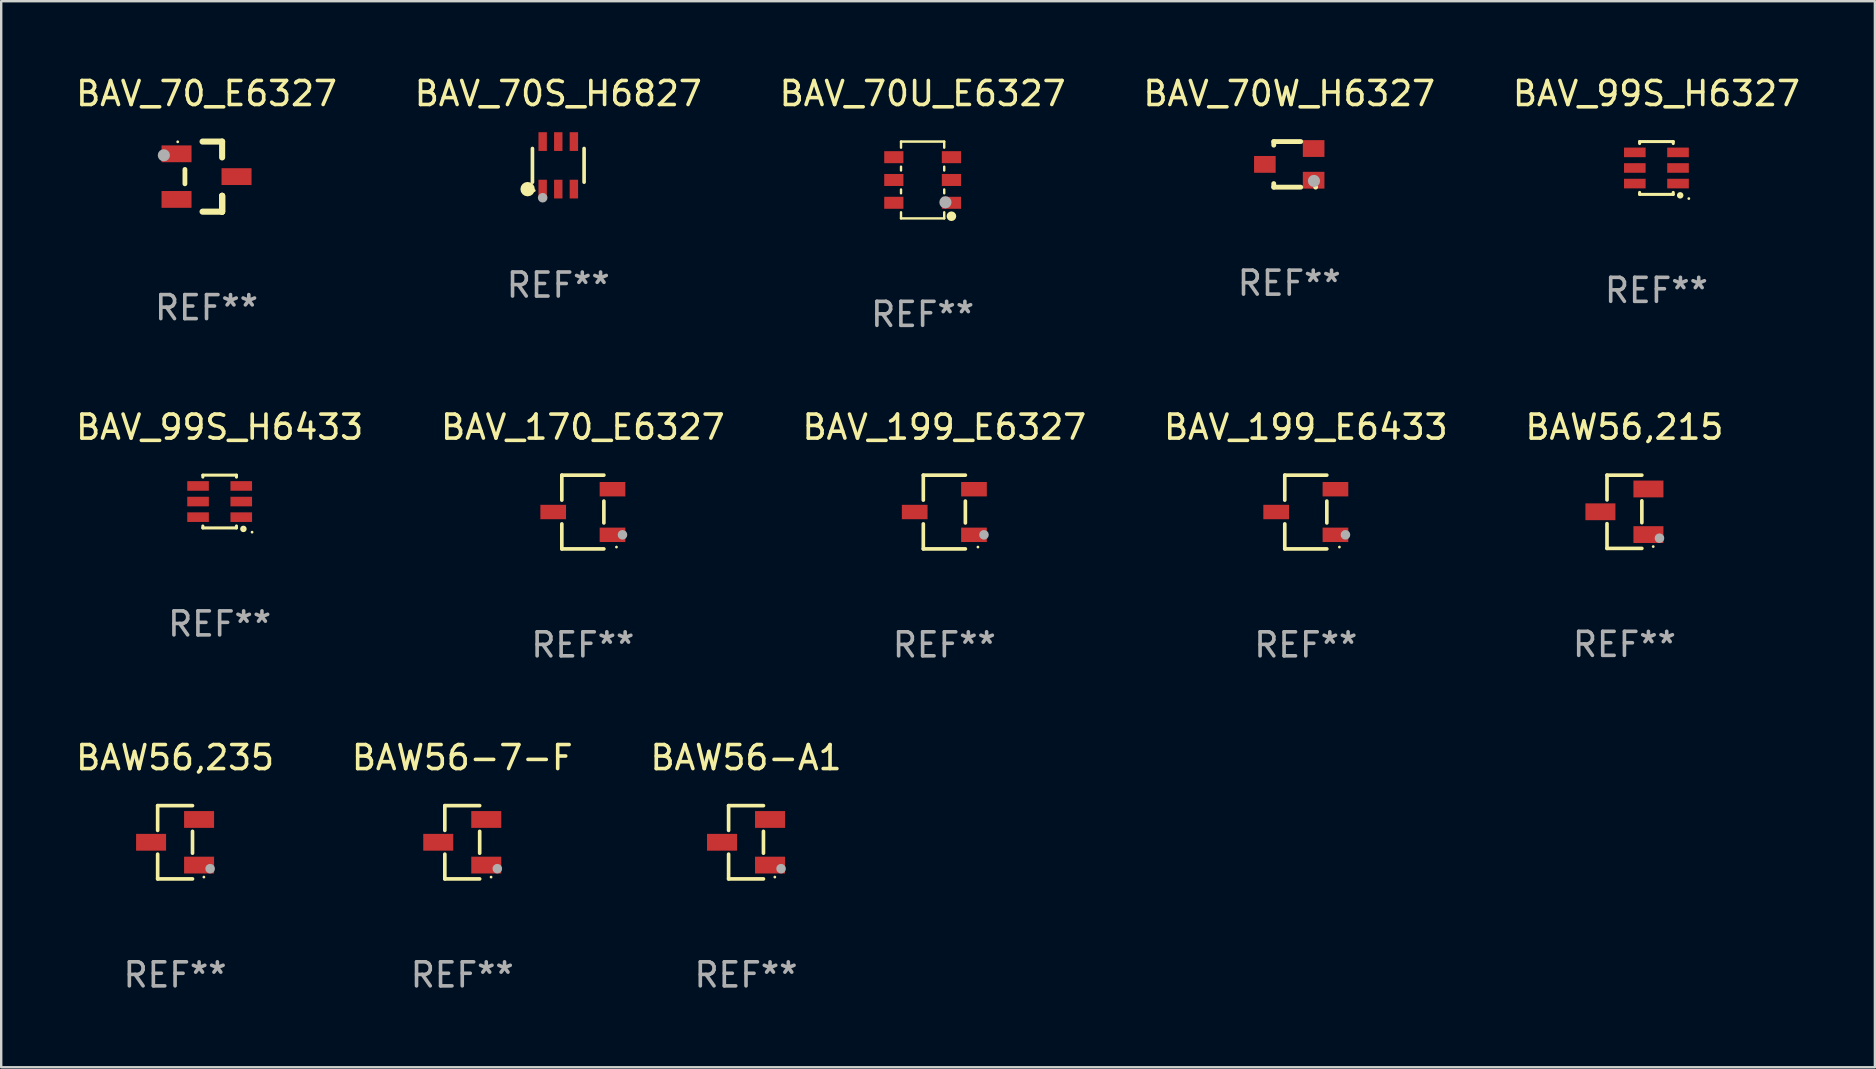
<source format=kicad_pcb>
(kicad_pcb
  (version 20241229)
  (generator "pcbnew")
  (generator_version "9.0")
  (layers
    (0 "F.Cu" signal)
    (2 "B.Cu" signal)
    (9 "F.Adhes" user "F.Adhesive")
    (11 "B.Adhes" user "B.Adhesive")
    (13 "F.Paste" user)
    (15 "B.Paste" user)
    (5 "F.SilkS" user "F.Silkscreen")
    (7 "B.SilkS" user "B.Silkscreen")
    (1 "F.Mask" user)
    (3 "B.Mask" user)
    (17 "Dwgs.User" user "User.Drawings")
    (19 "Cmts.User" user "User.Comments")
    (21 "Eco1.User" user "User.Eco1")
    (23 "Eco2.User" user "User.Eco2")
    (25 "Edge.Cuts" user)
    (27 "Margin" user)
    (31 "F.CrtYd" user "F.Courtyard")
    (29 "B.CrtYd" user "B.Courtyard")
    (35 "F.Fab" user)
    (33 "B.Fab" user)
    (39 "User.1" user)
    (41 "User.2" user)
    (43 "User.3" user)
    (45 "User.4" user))
  (footprint "BAV_70W_H6327"
    (layer "F.Cu")
    (at 50.661 3.798)
    (property "Reference" "BAV_70W_H6327" (at 0 -2.95 0) (layer "F.SilkS") (effects (font (size 1 1) (thickness 0.15))))
    (attr through_hole)
    (fp_line (start -0.645 -0.95) (end 0.48 -0.95) (stroke (width 0.201) (type solid)) (layer "F.SilkS"))
    (fp_line (start -0.645 -0.8) (end -0.645 -0.95) (stroke (width 0.201) (type solid)) (layer "F.SilkS"))
    (fp_line (start -0.645 0.95) (end -0.645 0.8) (stroke (width 0.201) (type solid)) (layer "F.SilkS"))
    (fp_line (start 0.48 0.95) (end -0.645 0.95) (stroke (width 0.201) (type solid)) (layer "F.SilkS"))
    (fp_circle (center 1.1 0.95) (end 1.15 0.95) (stroke (width 0.1) (type solid)) (fill no) (layer "F.SilkS"))
    (fp_circle (center 1.03 0.69) (end 1.157 0.69) (stroke (width 0.254) (type solid)) (fill no) (layer "F.Fab"))
    (fp_text user "REF**" (at 0 4.95 0) (layer "F.Fab") (effects (font (size 1 1) (thickness 0.15))))
    (pad "1" smd rect (at 1.016 0.66 90) (size 0.7 0.9) (layers "F.Cu" "F.Mask" "F.Paste"))
    (pad "2" smd rect (at 1.016 -0.66 90) (size 0.7 0.9) (layers "F.Cu" "F.Mask" "F.Paste"))
    (pad "3" smd rect (at -1.016 0 90) (size 0.7 0.9) (layers "F.Cu" "F.Mask" "F.Paste")))
  (footprint "BAW56,215"
    (layer "F.Cu")
    (at 64.625 18.271)
    (property "Reference" "BAW56,215" (at 0 -3.526 0) (layer "F.SilkS") (effects (font (size 1 1) (thickness 0.15))))
    (attr through_hole)
    (fp_line (start -0.726 -1.526) (end -0.726 -0.495) (stroke (width 0.152) (type solid)) (layer "F.SilkS"))
    (fp_line (start -0.726 1.526) (end -0.726 0.495) (stroke (width 0.152) (type solid)) (layer "F.SilkS"))
    (fp_line (start 0.726 -1.526) (end -0.726 -1.526) (stroke (width 0.152) (type solid)) (layer "F.SilkS"))
    (fp_line (start 0.726 -0.455) (end 0.726 0.455) (stroke (width 0.152) (type solid)) (layer "F.SilkS"))
    (fp_line (start 0.726 1.526) (end -0.726 1.526) (stroke (width 0.152) (type solid)) (layer "F.SilkS"))
    (fp_circle (center 1.2 1.45) (end 1.23 1.45) (stroke (width 0.06) (type solid)) (fill no) (layer "F.SilkS"))
    (fp_circle (center 1.46 1.1) (end 1.56 1.1) (stroke (width 0.2) (type solid)) (fill no) (layer "F.Fab"))
    (fp_text user "REF**" (at 0 5.526 0) (layer "F.Fab") (effects (font (size 1 1) (thickness 0.15))))
    (pad "1" smd rect (at 1 0.95) (size 1.25 0.7) (layers "F.Cu" "F.Mask" "F.Paste"))
    (pad "2" smd rect (at 1 -0.95) (size 1.25 0.7) (layers "F.Cu" "F.Mask" "F.Paste"))
    (pad "3" smd rect (at -1 0) (size 1.25 0.7) (layers "F.Cu" "F.Mask" "F.Paste")))
  (footprint "BAV_199_E6327"
    (layer "F.Cu")
    (at 36.292 18.281)
    (property "Reference" "BAV_199_E6327" (at 0 -3.536 0) (layer "F.SilkS") (effects (font (size 1 1) (thickness 0.15))))
    (attr through_hole)
    (fp_line (start -0.876 -1.536) (end -0.876 -0.495) (stroke (width 0.152) (type solid)) (layer "F.SilkS"))
    (fp_line (start -0.876 1.536) (end -0.876 0.495) (stroke (width 0.152) (type solid)) (layer "F.SilkS"))
    (fp_line (start 0.876 -1.536) (end -0.876 -1.536) (stroke (width 0.152) (type solid)) (layer "F.SilkS"))
    (fp_line (start 0.876 -0.455) (end 0.876 0.455) (stroke (width 0.152) (type solid)) (layer "F.SilkS"))
    (fp_line (start 0.876 1.536) (end -0.876 1.536) (stroke (width 0.152) (type solid)) (layer "F.SilkS"))
    (fp_circle (center 1.4 1.46) (end 1.43 1.46) (stroke (width 0.06) (type solid)) (fill no) (layer "F.SilkS"))
    (fp_circle (center 1.651 0.95) (end 1.751 0.95) (stroke (width 0.2) (type solid)) (fill no) (layer "F.Fab"))
    (fp_text user "REF**" (at 0 5.536 0) (layer "F.Fab") (effects (font (size 1 1) (thickness 0.15))))
    (pad "1" smd rect (at 1.235 0.95) (size 1.07 0.6) (layers "F.Cu" "F.Mask" "F.Paste"))
    (pad "2" smd rect (at 1.235 -0.95) (size 1.07 0.6) (layers "F.Cu" "F.Mask" "F.Paste"))
    (pad "3" smd rect (at -1.235 0) (size 1.07 0.6) (layers "F.Cu" "F.Mask" "F.Paste")))
  (footprint "BAV_99S_H6433"
    (layer "F.Cu")
    (at 6.101 17.845)
    (property "Reference" "BAV_99S_H6433" (at 0 -3.1 0) (layer "F.SilkS") (effects (font (size 1 1) (thickness 0.15))))
    (attr through_hole)
    (fp_line (start -0.7 -1.018) (end -0.7 -1.1) (stroke (width 0.127) (type solid)) (layer "F.SilkS"))
    (fp_line (start -0.7 1.1) (end -0.7 1.018) (stroke (width 0.127) (type solid)) (layer "F.SilkS"))
    (fp_line (start 0.7 -1.1) (end -0.7 -1.1) (stroke (width 0.127) (type solid)) (layer "F.SilkS"))
    (fp_line (start 0.7 -1.018) (end 0.7 -1.1) (stroke (width 0.127) (type solid)) (layer "F.SilkS"))
    (fp_line (start 0.7 1.1) (end -0.7 1.1) (stroke (width 0.127) (type solid)) (layer "F.SilkS"))
    (fp_line (start 0.7 1.1) (end 0.7 1.018) (stroke (width 0.127) (type solid)) (layer "F.SilkS"))
    (fp_circle (center 0.99 1.14) (end 1.062 1.14) (stroke (width 0.127) (type solid)) (fill no) (layer "F.SilkS"))
    (fp_circle (center 1.35 1.275) (end 1.38 1.275) (stroke (width 0.06) (type solid)) (fill no) (layer "F.SilkS"))
    (fp_text user "REF**" (at 0 5.1 0) (layer "F.Fab") (effects (font (size 1 1) (thickness 0.15))))
    (pad "1" smd rect (at 0.9 0.65 90) (size 0.4 0.9) (layers "F.Cu" "F.Mask" "F.Paste"))
    (pad "2" smd rect (at 0.9 -0.000102 90) (size 0.4 0.9) (layers "F.Cu" "F.Mask" "F.Paste"))
    (pad "3" smd rect (at 0.9 -0.65 90) (size 0.4 0.9) (layers "F.Cu" "F.Mask" "F.Paste"))
    (pad "4" smd rect (at -0.9 -0.65 90) (size 0.4 0.9) (layers "F.Cu" "F.Mask" "F.Paste"))
    (pad "5" smd rect (at -0.9 -0.000102 90) (size 0.4 0.9) (layers "F.Cu" "F.Mask" "F.Paste"))
    (pad "6" smd rect (at -0.9 0.65 90) (size 0.4 0.9) (layers "F.Cu" "F.Mask" "F.Paste")))
  (footprint "BAV_70_E6327"
    (layer "F.Cu")
    (at 5.554 4.308)
    (property "Reference" "BAV_70_E6327" (at 0 -3.46 0) (layer "F.SilkS") (effects (font (size 1 1) (thickness 0.15))))
    (attr through_hole)
    (fp_line (start -0.9 -0.3) (end -0.9 0.3) (stroke (width 0.2) (type solid)) (layer "F.SilkS"))
    (fp_line (start -0.165 -1.46) (end 0.65 -1.46) (stroke (width 0.254) (type solid)) (layer "F.SilkS"))
    (fp_line (start 0.65 -1.46) (end 0.65 -0.8) (stroke (width 0.254) (type solid)) (layer "F.SilkS"))
    (fp_line (start 0.65 0.8) (end 0.65 1.46) (stroke (width 0.254) (type solid)) (layer "F.SilkS"))
    (fp_line (start 0.65 0.8) (end 0.65 1.46) (stroke (width 0.254) (type solid)) (layer "F.SilkS"))
    (fp_line (start 0.65 1.46) (end -0.165 1.46) (stroke (width 0.254) (type solid)) (layer "F.SilkS"))
    (fp_line (start 0.65 1.46) (end 0.65 0.8) (stroke (width 0.254) (type solid)) (layer "F.SilkS"))
    (fp_circle (center -1.2 -1.45) (end -1.17 -1.45) (stroke (width 0.06) (type solid)) (fill no) (layer "F.SilkS"))
    (fp_circle (center -1.778 -0.889) (end -1.651 -0.889) (stroke (width 0.254) (type solid)) (fill no) (layer "F.Fab"))
    (fp_text user "REF**" (at 0 5.46 0) (layer "F.Fab") (effects (font (size 1 1) (thickness 0.15))))
    (pad "1" smd rect (at -1.25 -0.95 90) (size 0.7 1.25) (layers "F.Cu" "F.Mask" "F.Paste"))
    (pad "2" smd rect (at -1.25 0.95 90) (size 0.7 1.25) (layers "F.Cu" "F.Mask" "F.Paste"))
    (pad "3" smd rect (at 1.25 -0.000051 90) (size 0.7 1.25) (layers "F.Cu" "F.Mask" "F.Paste")))
  (footprint "BAV_170_E6327"
    (layer "F.Cu")
    (at 21.232 18.281)
    (property "Reference" "BAV_170_E6327" (at 0 -3.536 0) (layer "F.SilkS") (effects (font (size 1 1) (thickness 0.15))))
    (attr through_hole)
    (fp_line (start -0.876 -1.536) (end -0.876 -0.495) (stroke (width 0.152) (type solid)) (layer "F.SilkS"))
    (fp_line (start -0.876 1.536) (end -0.876 0.495) (stroke (width 0.152) (type solid)) (layer "F.SilkS"))
    (fp_line (start 0.876 -1.536) (end -0.876 -1.536) (stroke (width 0.152) (type solid)) (layer "F.SilkS"))
    (fp_line (start 0.876 -0.455) (end 0.876 0.455) (stroke (width 0.152) (type solid)) (layer "F.SilkS"))
    (fp_line (start 0.876 1.536) (end -0.876 1.536) (stroke (width 0.152) (type solid)) (layer "F.SilkS"))
    (fp_circle (center 1.4 1.46) (end 1.43 1.46) (stroke (width 0.06) (type solid)) (fill no) (layer "F.SilkS"))
    (fp_circle (center 1.651 0.95) (end 1.751 0.95) (stroke (width 0.2) (type solid)) (fill no) (layer "F.Fab"))
    (fp_text user "REF**" (at 0 5.536 0) (layer "F.Fab") (effects (font (size 1 1) (thickness 0.15))))
    (pad "1" smd rect (at 1.235 0.95) (size 1.07 0.6) (layers "F.Cu" "F.Mask" "F.Paste"))
    (pad "2" smd rect (at 1.235 -0.95) (size 1.07 0.6) (layers "F.Cu" "F.Mask" "F.Paste"))
    (pad "3" smd rect (at -1.235 0) (size 1.07 0.6) (layers "F.Cu" "F.Mask" "F.Paste")))
  (footprint "BAW56-A1"
    (layer "F.Cu")
    (at 28.03 32.04)
    (property "Reference" "BAW56-A1" (at 0 -3.526 0) (layer "F.SilkS") (effects (font (size 1 1) (thickness 0.15))))
    (attr through_hole)
    (fp_line (start -0.726 -1.526) (end -0.726 -0.495) (stroke (width 0.152) (type solid)) (layer "F.SilkS"))
    (fp_line (start -0.726 1.526) (end -0.726 0.495) (stroke (width 0.152) (type solid)) (layer "F.SilkS"))
    (fp_line (start 0.726 -1.526) (end -0.726 -1.526) (stroke (width 0.152) (type solid)) (layer "F.SilkS"))
    (fp_line (start 0.726 -0.455) (end 0.726 0.455) (stroke (width 0.152) (type solid)) (layer "F.SilkS"))
    (fp_line (start 0.726 1.526) (end -0.726 1.526) (stroke (width 0.152) (type solid)) (layer "F.SilkS"))
    (fp_circle (center 1.2 1.45) (end 1.23 1.45) (stroke (width 0.06) (type solid)) (fill no) (layer "F.SilkS"))
    (fp_circle (center 1.46 1.1) (end 1.56 1.1) (stroke (width 0.2) (type solid)) (fill no) (layer "F.Fab"))
    (fp_text user "REF**" (at 0 5.526 0) (layer "F.Fab") (effects (font (size 1 1) (thickness 0.15))))
    (pad "1" smd rect (at 1 0.95) (size 1.25 0.7) (layers "F.Cu" "F.Mask" "F.Paste"))
    (pad "2" smd rect (at 1 -0.95) (size 1.25 0.7) (layers "F.Cu" "F.Mask" "F.Paste"))
    (pad "3" smd rect (at -1 0) (size 1.25 0.7) (layers "F.Cu" "F.Mask" "F.Paste")))
  (footprint "BAW56-7-F"
    (layer "F.Cu")
    (at 16.208 32.04)
    (property "Reference" "BAW56-7-F" (at 0 -3.526 0) (layer "F.SilkS") (effects (font (size 1 1) (thickness 0.15))))
    (attr through_hole)
    (fp_line (start -0.726 -1.526) (end -0.726 -0.495) (stroke (width 0.152) (type solid)) (layer "F.SilkS"))
    (fp_line (start -0.726 1.526) (end -0.726 0.495) (stroke (width 0.152) (type solid)) (layer "F.SilkS"))
    (fp_line (start 0.726 -1.526) (end -0.726 -1.526) (stroke (width 0.152) (type solid)) (layer "F.SilkS"))
    (fp_line (start 0.726 -0.455) (end 0.726 0.455) (stroke (width 0.152) (type solid)) (layer "F.SilkS"))
    (fp_line (start 0.726 1.526) (end -0.726 1.526) (stroke (width 0.152) (type solid)) (layer "F.SilkS"))
    (fp_circle (center 1.2 1.45) (end 1.23 1.45) (stroke (width 0.06) (type solid)) (fill no) (layer "F.SilkS"))
    (fp_circle (center 1.46 1.1) (end 1.56 1.1) (stroke (width 0.2) (type solid)) (fill no) (layer "F.Fab"))
    (fp_text user "REF**" (at 0 5.526 0) (layer "F.Fab") (effects (font (size 1 1) (thickness 0.15))))
    (pad "1" smd rect (at 1 0.95) (size 1.25 0.7) (layers "F.Cu" "F.Mask" "F.Paste"))
    (pad "2" smd rect (at 1 -0.95) (size 1.25 0.7) (layers "F.Cu" "F.Mask" "F.Paste"))
    (pad "3" smd rect (at -1 0) (size 1.25 0.7) (layers "F.Cu" "F.Mask" "F.Paste")))
  (footprint "BAW56,235"
    (layer "F.Cu")
    (at 4.244 32.04)
    (property "Reference" "BAW56,235" (at 0 -3.526 0) (layer "F.SilkS") (effects (font (size 1 1) (thickness 0.15))))
    (attr through_hole)
    (fp_line (start -0.726 -1.526) (end -0.726 -0.495) (stroke (width 0.152) (type solid)) (layer "F.SilkS"))
    (fp_line (start -0.726 1.526) (end -0.726 0.495) (stroke (width 0.152) (type solid)) (layer "F.SilkS"))
    (fp_line (start 0.726 -1.526) (end -0.726 -1.526) (stroke (width 0.152) (type solid)) (layer "F.SilkS"))
    (fp_line (start 0.726 -0.455) (end 0.726 0.455) (stroke (width 0.152) (type solid)) (layer "F.SilkS"))
    (fp_line (start 0.726 1.526) (end -0.726 1.526) (stroke (width 0.152) (type solid)) (layer "F.SilkS"))
    (fp_circle (center 1.2 1.45) (end 1.23 1.45) (stroke (width 0.06) (type solid)) (fill no) (layer "F.SilkS"))
    (fp_circle (center 1.46 1.1) (end 1.56 1.1) (stroke (width 0.2) (type solid)) (fill no) (layer "F.Fab"))
    (fp_text user "REF**" (at 0 5.526 0) (layer "F.Fab") (effects (font (size 1 1) (thickness 0.15))))
    (pad "1" smd rect (at 1 0.95) (size 1.25 0.7) (layers "F.Cu" "F.Mask" "F.Paste"))
    (pad "2" smd rect (at 1 -0.95) (size 1.25 0.7) (layers "F.Cu" "F.Mask" "F.Paste"))
    (pad "3" smd rect (at -1 0) (size 1.25 0.7) (layers "F.Cu" "F.Mask" "F.Paste")))
  (footprint "BAV_199_E6433"
    (layer "F.Cu")
    (at 51.351 18.281)
    (property "Reference" "BAV_199_E6433" (at 0 -3.536 0) (layer "F.SilkS") (effects (font (size 1 1) (thickness 0.15))))
    (attr through_hole)
    (fp_line (start -0.876 -1.536) (end -0.876 -0.495) (stroke (width 0.152) (type solid)) (layer "F.SilkS"))
    (fp_line (start -0.876 1.536) (end -0.876 0.495) (stroke (width 0.152) (type solid)) (layer "F.SilkS"))
    (fp_line (start 0.876 -1.536) (end -0.876 -1.536) (stroke (width 0.152) (type solid)) (layer "F.SilkS"))
    (fp_line (start 0.876 -0.455) (end 0.876 0.455) (stroke (width 0.152) (type solid)) (layer "F.SilkS"))
    (fp_line (start 0.876 1.536) (end -0.876 1.536) (stroke (width 0.152) (type solid)) (layer "F.SilkS"))
    (fp_circle (center 1.4 1.46) (end 1.43 1.46) (stroke (width 0.06) (type solid)) (fill no) (layer "F.SilkS"))
    (fp_circle (center 1.651 0.95) (end 1.751 0.95) (stroke (width 0.2) (type solid)) (fill no) (layer "F.Fab"))
    (fp_text user "REF**" (at 0 5.536 0) (layer "F.Fab") (effects (font (size 1 1) (thickness 0.15))))
    (pad "1" smd rect (at 1.235 0.95) (size 1.07 0.6) (layers "F.Cu" "F.Mask" "F.Paste"))
    (pad "2" smd rect (at 1.235 -0.95) (size 1.07 0.6) (layers "F.Cu" "F.Mask" "F.Paste"))
    (pad "3" smd rect (at -1.235 0) (size 1.07 0.6) (layers "F.Cu" "F.Mask" "F.Paste")))
  (footprint "BAV_70S_H6827"
    (layer "F.Cu")
    (at 20.208 3.838)
    (property "Reference" "BAV_70S_H6827" (at 0 -2.99 0) (layer "F.SilkS") (effects (font (size 1 1) (thickness 0.15))))
    (attr through_hole)
    (fp_line (start -1.076 0.701) (end -1.076 -0.701) (stroke (width 0.152) (type solid)) (layer "F.SilkS"))
    (fp_line (start 1.076 0.701) (end 1.076 -0.701) (stroke (width 0.152) (type solid)) (layer "F.SilkS"))
    (fp_circle (center -1.277 0.992) (end -1.127 0.992) (stroke (width 0.3) (type solid)) (fill no) (layer "F.SilkS"))
    (fp_circle (center -1 1.05) (end -0.97 1.05) (stroke (width 0.06) (type solid)) (fill no) (layer "F.SilkS"))
    (fp_circle (center -0.65 1.35) (end -0.55 1.35) (stroke (width 0.2) (type solid)) (fill no) (layer "F.Fab"))
    (fp_text user "REF**" (at 0 4.99 0) (layer "F.Fab") (effects (font (size 1 1) (thickness 0.15))))
    (pad "1" smd rect (at -0.65 0.99) (size 0.35 0.78) (layers "F.Cu" "F.Mask" "F.Paste"))
    (pad "2" smd rect (at 0 0.99) (size 0.35 0.78) (layers "F.Cu" "F.Mask" "F.Paste"))
    (pad "3" smd rect (at 0.65 0.99) (size 0.35 0.78) (layers "F.Cu" "F.Mask" "F.Paste"))
    (pad "4" smd rect (at 0.65 -0.99) (size 0.35 0.78) (layers "F.Cu" "F.Mask" "F.Paste"))
    (pad "5" smd rect (at 0 -0.99) (size 0.35 0.78) (layers "F.Cu" "F.Mask" "F.Paste"))
    (pad "6" smd rect (at -0.65 -0.99) (size 0.35 0.78) (layers "F.Cu" "F.Mask" "F.Paste")))
  (footprint "BAV_70U_E6327"
    (layer "F.Cu")
    (at 35.387 4.448)
    (property "Reference" "BAV_70U_E6327" (at 0 -3.6 0) (layer "F.SilkS") (effects (font (size 1 1) (thickness 0.15))))
    (attr through_hole)
    (fp_line (start -0.9 -1.6) (end 0.9 -1.6) (stroke (width 0.101) (type solid)) (layer "F.SilkS"))
    (fp_line (start -0.9 -1.346) (end -0.9 -1.6) (stroke (width 0.101) (type solid)) (layer "F.SilkS"))
    (fp_line (start -0.9 -0.396) (end -0.9 -0.554) (stroke (width 0.101) (type solid)) (layer "F.SilkS"))
    (fp_line (start -0.9 0.554) (end -0.9 0.396) (stroke (width 0.101) (type solid)) (layer "F.SilkS"))
    (fp_line (start -0.9 1.6) (end -0.9 1.346) (stroke (width 0.101) (type solid)) (layer "F.SilkS"))
    (fp_line (start -0.9 1.6) (end 0.9 1.6) (stroke (width 0.101) (type solid)) (layer "F.SilkS"))
    (fp_line (start 0.9 -1.346) (end 0.9 -1.6) (stroke (width 0.101) (type solid)) (layer "F.SilkS"))
    (fp_line (start 0.9 -0.396) (end 0.9 -0.554) (stroke (width 0.101) (type solid)) (layer "F.SilkS"))
    (fp_line (start 0.9 0.554) (end 0.9 0.396) (stroke (width 0.101) (type solid)) (layer "F.SilkS"))
    (fp_line (start 0.9 1.6) (end 0.9 1.346) (stroke (width 0.101) (type solid)) (layer "F.SilkS"))
    (fp_circle (center 1.2 1.51) (end 1.3 1.51) (stroke (width 0.2) (type solid)) (fill no) (layer "F.SilkS"))
    (fp_circle (center 1.25 1.45) (end 1.28 1.45) (stroke (width 0.06) (type solid)) (fill no) (layer "F.SilkS"))
    (fp_circle (center 0.95 0.93) (end 1.077 0.93) (stroke (width 0.254) (type solid)) (fill no) (layer "F.Fab"))
    (fp_text user "REF**" (at 0 5.6 0) (layer "F.Fab") (effects (font (size 1 1) (thickness 0.15))))
    (pad "1" smd rect (at 1.2 0.95 90) (size 0.5 0.8) (layers "F.Cu" "F.Mask" "F.Paste"))
    (pad "2" smd rect (at 1.2 0 90) (size 0.5 0.8) (layers "F.Cu" "F.Mask" "F.Paste"))
    (pad "3" smd rect (at 1.2 -0.95 90) (size 0.5 0.8) (layers "F.Cu" "F.Mask" "F.Paste"))
    (pad "4" smd rect (at -1.2 -0.95 90) (size 0.5 0.8) (layers "F.Cu" "F.Mask" "F.Paste"))
    (pad "5" smd rect (at -1.2 0 90) (size 0.5 0.8) (layers "F.Cu" "F.Mask" "F.Paste"))
    (pad "6" smd rect (at -1.2 0.95 90) (size 0.5 0.8) (layers "F.Cu" "F.Mask" "F.Paste")))
  (footprint "BAV_99S_H6327"
    (layer "F.Cu")
    (at 65.958 3.948)
    (property "Reference" "BAV_99S_H6327" (at 0 -3.1 0) (layer "F.SilkS") (effects (font (size 1 1) (thickness 0.15))))
    (attr through_hole)
    (fp_line (start -0.7 -1.018) (end -0.7 -1.1) (stroke (width 0.127) (type solid)) (layer "F.SilkS"))
    (fp_line (start -0.7 1.1) (end -0.7 1.018) (stroke (width 0.127) (type solid)) (layer "F.SilkS"))
    (fp_line (start 0.7 -1.1) (end -0.7 -1.1) (stroke (width 0.127) (type solid)) (layer "F.SilkS"))
    (fp_line (start 0.7 -1.018) (end 0.7 -1.1) (stroke (width 0.127) (type solid)) (layer "F.SilkS"))
    (fp_line (start 0.7 1.1) (end -0.7 1.1) (stroke (width 0.127) (type solid)) (layer "F.SilkS"))
    (fp_line (start 0.7 1.1) (end 0.7 1.018) (stroke (width 0.127) (type solid)) (layer "F.SilkS"))
    (fp_circle (center 0.99 1.14) (end 1.062 1.14) (stroke (width 0.127) (type solid)) (fill no) (layer "F.SilkS"))
    (fp_circle (center 1.35 1.275) (end 1.38 1.275) (stroke (width 0.06) (type solid)) (fill no) (layer "F.SilkS"))
    (fp_text user "REF**" (at 0 5.1 0) (layer "F.Fab") (effects (font (size 1 1) (thickness 0.15))))
    (pad "1" smd rect (at 0.9 0.65 90) (size 0.4 0.9) (layers "F.Cu" "F.Mask" "F.Paste"))
    (pad "2" smd rect (at 0.9 -0.000102 90) (size 0.4 0.9) (layers "F.Cu" "F.Mask" "F.Paste"))
    (pad "3" smd rect (at 0.9 -0.65 90) (size 0.4 0.9) (layers "F.Cu" "F.Mask" "F.Paste"))
    (pad "4" smd rect (at -0.9 -0.65 90) (size 0.4 0.9) (layers "F.Cu" "F.Mask" "F.Paste"))
    (pad "5" smd rect (at -0.9 -0.000102 90) (size 0.4 0.9) (layers "F.Cu" "F.Mask" "F.Paste"))
    (pad "6" smd rect (at -0.9 0.65 90) (size 0.4 0.9) (layers "F.Cu" "F.Mask" "F.Paste")))
  (gr_rect
    (start -3 -3)
    (end 75.06 41.414)
    (stroke (width 0.1) (type default))
    (fill no)
    (layer "Edge.Cuts")))
</source>
